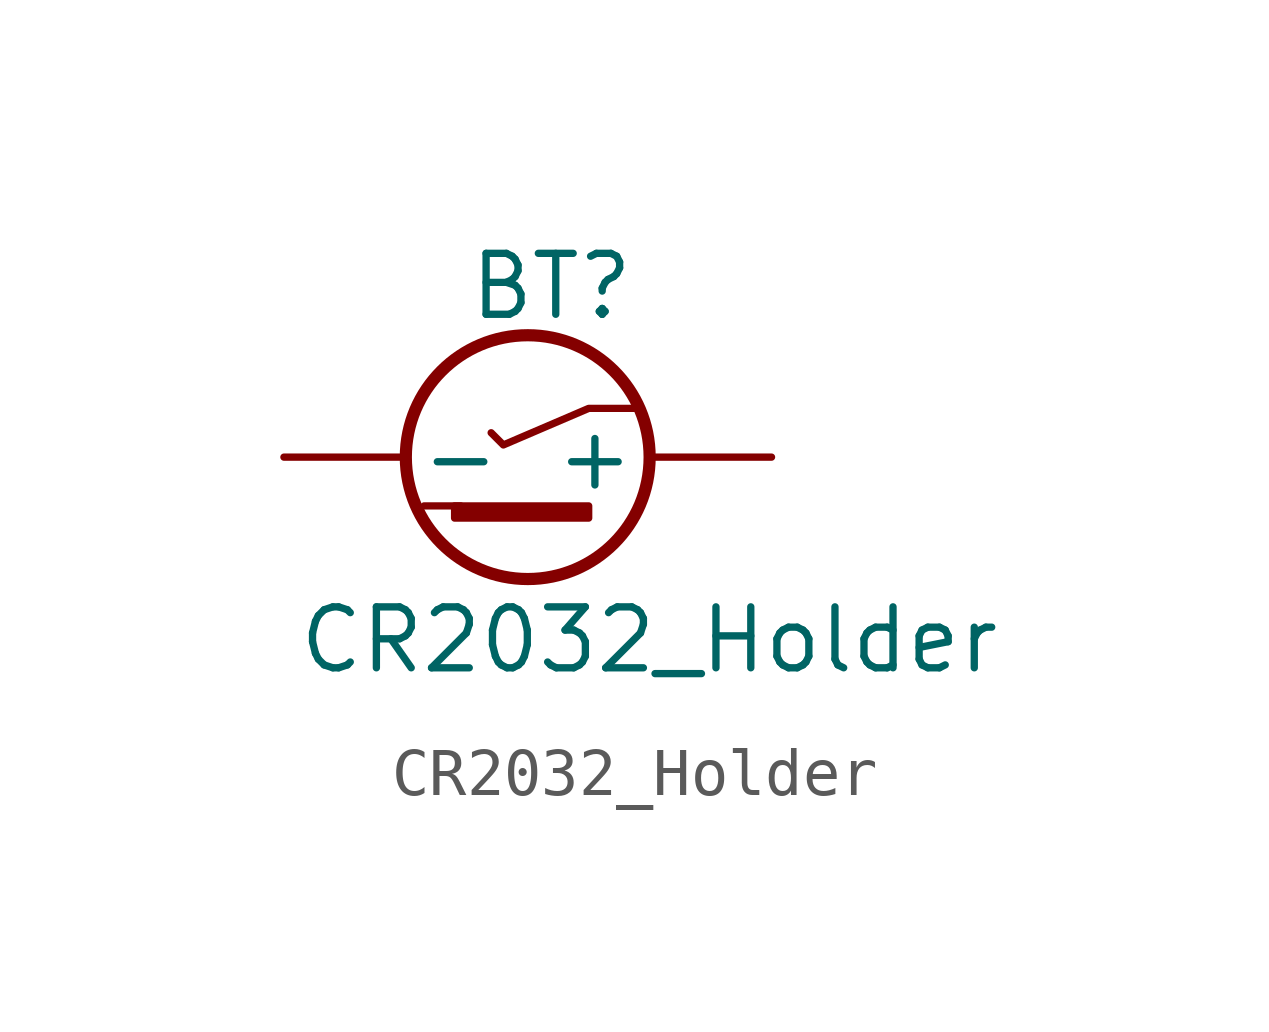
<source format=kicad_sym>
(kicad_symbol_lib
  (version 20241209)
  (generator "kicad_symbol_editor")
  (generator_version "9.0")
  (symbol "CR2032_Holder"
    (pin_numbers
      (hide yes))
    (pin_names
      (offset 0.254))
    (property "Reference" "BT"
      (at -1.27 3.556 0)
      (effects (font (size 1.27 1.27)) (justify left)))
    (property "Value" "CR2032_Holder"
      (at -4.826 -3.81 0)
      (effects (font (size 1.27 1.27)) (justify left)))
    (symbol "CR2032_Holder_0_1"
      (polyline (pts (xy -2.159 -1.016) (xy -1.397 -1.016)) (stroke (width 0) (type default)) (fill (type none)))
      (circle (center 0 0) (radius 2.54) (stroke (width 0.254) (type default)) (fill (type none)))
      (rectangle (start 1.27 -1.016) (end -1.524 -1.27) (stroke (width 0) (type default)) (fill (type outline)))
      (polyline (pts (xy 2.286 1.016) (xy 1.27 1.016) (xy -0.508 0.254) (xy -0.762 0.508)) (stroke (width 0) (type default)) (fill (type none))))
    (symbol "CR2032_Holder_1_1"
      (pin passive line (at -5.08 0 0) (length 2.54) (name "-" (effects (font (size 1.27 1.27)))) (number "2" (effects (font (size 1.27 1.27)))))
      (pin passive line (at 5.08 0 180) (length 2.54) (name "+" (effects (font (size 1.27 1.27)))) (number "1" (effects (font (size 1.27 1.27))))))))
</source>
